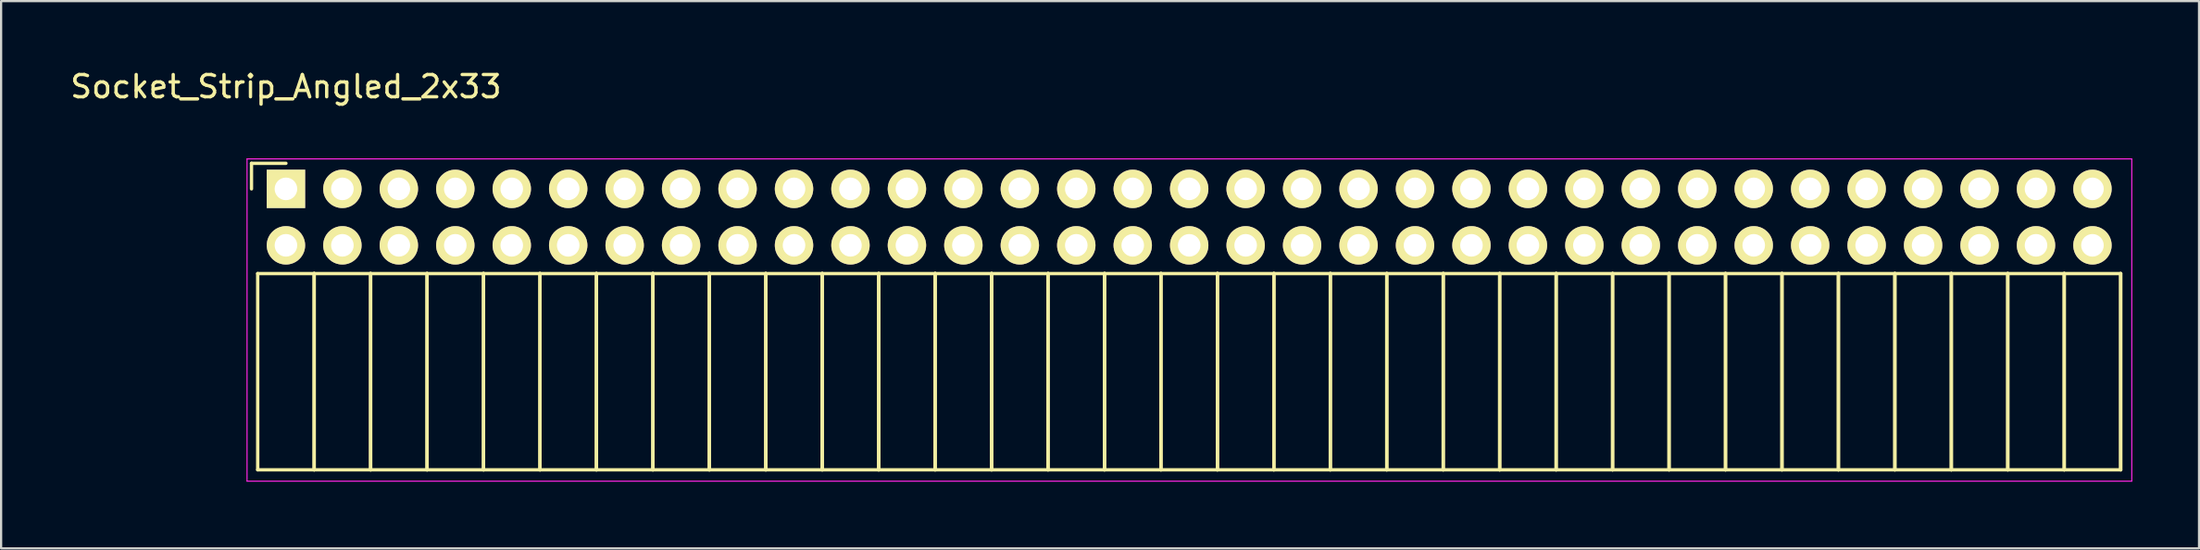
<source format=kicad_pcb>
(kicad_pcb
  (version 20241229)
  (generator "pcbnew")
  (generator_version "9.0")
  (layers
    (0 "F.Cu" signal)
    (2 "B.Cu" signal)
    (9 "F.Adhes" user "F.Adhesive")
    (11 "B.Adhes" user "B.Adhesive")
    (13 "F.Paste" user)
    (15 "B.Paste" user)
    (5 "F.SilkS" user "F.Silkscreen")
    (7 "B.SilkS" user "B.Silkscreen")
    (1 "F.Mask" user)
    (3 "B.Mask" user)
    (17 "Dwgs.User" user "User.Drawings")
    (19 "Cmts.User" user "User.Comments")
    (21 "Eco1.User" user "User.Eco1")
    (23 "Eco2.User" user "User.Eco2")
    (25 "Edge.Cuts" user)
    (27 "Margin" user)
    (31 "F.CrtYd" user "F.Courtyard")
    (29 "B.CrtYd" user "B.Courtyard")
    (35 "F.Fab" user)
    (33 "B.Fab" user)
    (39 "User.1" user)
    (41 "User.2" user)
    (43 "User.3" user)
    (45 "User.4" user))
  (footprint "Socket_Strip_Angled_2x33"
    (layer "F.Cu")
    (at 9.815 5.448)
    (property "Reference" "Socket_Strip_Angled_2x33" (at 0 -4.6 0) (layer "F.SilkS") (effects (font (size 1 1) (thickness 0.15))))
    (attr through_hole)
    (fp_line (start -1.55 -1.15) (end -1.55 0) (stroke (width 0.15) (type solid)) (layer "F.SilkS"))
    (fp_line (start -1.27 3.81) (end -1.27 12.64) (stroke (width 0.15) (type solid)) (layer "F.SilkS"))
    (fp_line (start -1.27 3.81) (end 1.27 3.81) (stroke (width 0.15) (type solid)) (layer "F.SilkS"))
    (fp_line (start -1.27 12.64) (end 1.27 12.64) (stroke (width 0.15) (type solid)) (layer "F.SilkS"))
    (fp_line (start 0 -1.15) (end -1.55 -1.15) (stroke (width 0.15) (type solid)) (layer "F.SilkS"))
    (fp_line (start 1.27 3.81) (end 1.27 12.64) (stroke (width 0.15) (type solid)) (layer "F.SilkS"))
    (fp_line (start 1.27 3.81) (end 3.81 3.81) (stroke (width 0.15) (type solid)) (layer "F.SilkS"))
    (fp_line (start 1.27 12.64) (end 1.27 3.81) (stroke (width 0.15) (type solid)) (layer "F.SilkS"))
    (fp_line (start 1.27 12.64) (end 3.81 12.64) (stroke (width 0.15) (type solid)) (layer "F.SilkS"))
    (fp_line (start 3.81 3.81) (end 3.81 12.64) (stroke (width 0.15) (type solid)) (layer "F.SilkS"))
    (fp_line (start 3.81 3.81) (end 6.35 3.81) (stroke (width 0.15) (type solid)) (layer "F.SilkS"))
    (fp_line (start 3.81 12.64) (end 3.81 3.81) (stroke (width 0.15) (type solid)) (layer "F.SilkS"))
    (fp_line (start 3.81 12.64) (end 6.35 12.64) (stroke (width 0.15) (type solid)) (layer "F.SilkS"))
    (fp_line (start 6.35 3.81) (end 6.35 12.64) (stroke (width 0.15) (type solid)) (layer "F.SilkS"))
    (fp_line (start 6.35 3.81) (end 8.89 3.81) (stroke (width 0.15) (type solid)) (layer "F.SilkS"))
    (fp_line (start 6.35 12.64) (end 6.35 3.81) (stroke (width 0.15) (type solid)) (layer "F.SilkS"))
    (fp_line (start 6.35 12.64) (end 8.89 12.64) (stroke (width 0.15) (type solid)) (layer "F.SilkS"))
    (fp_line (start 8.89 3.81) (end 8.89 12.64) (stroke (width 0.15) (type solid)) (layer "F.SilkS"))
    (fp_line (start 8.89 3.81) (end 11.43 3.81) (stroke (width 0.15) (type solid)) (layer "F.SilkS"))
    (fp_line (start 8.89 12.64) (end 8.89 3.81) (stroke (width 0.15) (type solid)) (layer "F.SilkS"))
    (fp_line (start 8.89 12.64) (end 11.43 12.64) (stroke (width 0.15) (type solid)) (layer "F.SilkS"))
    (fp_line (start 11.43 3.81) (end 11.43 12.64) (stroke (width 0.15) (type solid)) (layer "F.SilkS"))
    (fp_line (start 11.43 3.81) (end 13.97 3.81) (stroke (width 0.15) (type solid)) (layer "F.SilkS"))
    (fp_line (start 11.43 12.64) (end 11.43 3.81) (stroke (width 0.15) (type solid)) (layer "F.SilkS"))
    (fp_line (start 11.43 12.64) (end 13.97 12.64) (stroke (width 0.15) (type solid)) (layer "F.SilkS"))
    (fp_line (start 13.97 3.81) (end 13.97 12.64) (stroke (width 0.15) (type solid)) (layer "F.SilkS"))
    (fp_line (start 13.97 3.81) (end 16.51 3.81) (stroke (width 0.15) (type solid)) (layer "F.SilkS"))
    (fp_line (start 13.97 12.64) (end 13.97 3.81) (stroke (width 0.15) (type solid)) (layer "F.SilkS"))
    (fp_line (start 13.97 12.64) (end 16.51 12.64) (stroke (width 0.15) (type solid)) (layer "F.SilkS"))
    (fp_line (start 16.51 3.81) (end 16.51 12.64) (stroke (width 0.15) (type solid)) (layer "F.SilkS"))
    (fp_line (start 16.51 3.81) (end 19.05 3.81) (stroke (width 0.15) (type solid)) (layer "F.SilkS"))
    (fp_line (start 16.51 12.64) (end 16.51 3.81) (stroke (width 0.15) (type solid)) (layer "F.SilkS"))
    (fp_line (start 16.51 12.64) (end 19.05 12.64) (stroke (width 0.15) (type solid)) (layer "F.SilkS"))
    (fp_line (start 19.05 3.81) (end 19.05 12.64) (stroke (width 0.15) (type solid)) (layer "F.SilkS"))
    (fp_line (start 19.05 3.81) (end 21.59 3.81) (stroke (width 0.15) (type solid)) (layer "F.SilkS"))
    (fp_line (start 19.05 12.64) (end 19.05 3.81) (stroke (width 0.15) (type solid)) (layer "F.SilkS"))
    (fp_line (start 19.05 12.64) (end 21.59 12.64) (stroke (width 0.15) (type solid)) (layer "F.SilkS"))
    (fp_line (start 21.59 3.81) (end 21.59 12.64) (stroke (width 0.15) (type solid)) (layer "F.SilkS"))
    (fp_line (start 21.59 3.81) (end 24.13 3.81) (stroke (width 0.15) (type solid)) (layer "F.SilkS"))
    (fp_line (start 21.59 12.64) (end 21.59 3.81) (stroke (width 0.15) (type solid)) (layer "F.SilkS"))
    (fp_line (start 21.59 12.64) (end 24.13 12.64) (stroke (width 0.15) (type solid)) (layer "F.SilkS"))
    (fp_line (start 24.13 3.81) (end 24.13 12.64) (stroke (width 0.15) (type solid)) (layer "F.SilkS"))
    (fp_line (start 24.13 3.81) (end 26.67 3.81) (stroke (width 0.15) (type solid)) (layer "F.SilkS"))
    (fp_line (start 24.13 12.64) (end 24.13 3.81) (stroke (width 0.15) (type solid)) (layer "F.SilkS"))
    (fp_line (start 24.13 12.64) (end 26.67 12.64) (stroke (width 0.15) (type solid)) (layer "F.SilkS"))
    (fp_line (start 26.67 3.81) (end 26.67 12.64) (stroke (width 0.15) (type solid)) (layer "F.SilkS"))
    (fp_line (start 26.67 3.81) (end 29.21 3.81) (stroke (width 0.15) (type solid)) (layer "F.SilkS"))
    (fp_line (start 26.67 12.64) (end 26.67 3.81) (stroke (width 0.15) (type solid)) (layer "F.SilkS"))
    (fp_line (start 26.67 12.64) (end 29.21 12.64) (stroke (width 0.15) (type solid)) (layer "F.SilkS"))
    (fp_line (start 29.21 3.81) (end 29.21 12.64) (stroke (width 0.15) (type solid)) (layer "F.SilkS"))
    (fp_line (start 29.21 3.81) (end 31.75 3.81) (stroke (width 0.15) (type solid)) (layer "F.SilkS"))
    (fp_line (start 29.21 12.64) (end 29.21 3.81) (stroke (width 0.15) (type solid)) (layer "F.SilkS"))
    (fp_line (start 29.21 12.64) (end 31.75 12.64) (stroke (width 0.15) (type solid)) (layer "F.SilkS"))
    (fp_line (start 31.75 3.81) (end 31.75 12.64) (stroke (width 0.15) (type solid)) (layer "F.SilkS"))
    (fp_line (start 31.75 3.81) (end 34.29 3.81) (stroke (width 0.15) (type solid)) (layer "F.SilkS"))
    (fp_line (start 31.75 12.64) (end 31.75 3.81) (stroke (width 0.15) (type solid)) (layer "F.SilkS"))
    (fp_line (start 31.75 12.64) (end 34.29 12.64) (stroke (width 0.15) (type solid)) (layer "F.SilkS"))
    (fp_line (start 34.29 3.81) (end 34.29 12.64) (stroke (width 0.15) (type solid)) (layer "F.SilkS"))
    (fp_line (start 34.29 3.81) (end 36.83 3.81) (stroke (width 0.15) (type solid)) (layer "F.SilkS"))
    (fp_line (start 34.29 12.64) (end 34.29 3.81) (stroke (width 0.15) (type solid)) (layer "F.SilkS"))
    (fp_line (start 34.29 12.64) (end 36.83 12.64) (stroke (width 0.15) (type solid)) (layer "F.SilkS"))
    (fp_line (start 36.83 3.81) (end 36.83 12.64) (stroke (width 0.15) (type solid)) (layer "F.SilkS"))
    (fp_line (start 36.83 3.81) (end 39.37 3.81) (stroke (width 0.15) (type solid)) (layer "F.SilkS"))
    (fp_line (start 36.83 12.64) (end 36.83 3.81) (stroke (width 0.15) (type solid)) (layer "F.SilkS"))
    (fp_line (start 36.83 12.64) (end 39.37 12.64) (stroke (width 0.15) (type solid)) (layer "F.SilkS"))
    (fp_line (start 39.37 3.81) (end 39.37 12.64) (stroke (width 0.15) (type solid)) (layer "F.SilkS"))
    (fp_line (start 39.37 3.81) (end 41.91 3.81) (stroke (width 0.15) (type solid)) (layer "F.SilkS"))
    (fp_line (start 39.37 12.64) (end 39.37 3.81) (stroke (width 0.15) (type solid)) (layer "F.SilkS"))
    (fp_line (start 39.37 12.64) (end 41.91 12.64) (stroke (width 0.15) (type solid)) (layer "F.SilkS"))
    (fp_line (start 41.91 3.81) (end 41.91 12.64) (stroke (width 0.15) (type solid)) (layer "F.SilkS"))
    (fp_line (start 41.91 3.81) (end 44.45 3.81) (stroke (width 0.15) (type solid)) (layer "F.SilkS"))
    (fp_line (start 41.91 12.64) (end 41.91 3.81) (stroke (width 0.15) (type solid)) (layer "F.SilkS"))
    (fp_line (start 41.91 12.64) (end 44.45 12.64) (stroke (width 0.15) (type solid)) (layer "F.SilkS"))
    (fp_line (start 44.45 3.81) (end 44.45 12.64) (stroke (width 0.15) (type solid)) (layer "F.SilkS"))
    (fp_line (start 44.45 3.81) (end 46.99 3.81) (stroke (width 0.15) (type solid)) (layer "F.SilkS"))
    (fp_line (start 44.45 12.64) (end 44.45 3.81) (stroke (width 0.15) (type solid)) (layer "F.SilkS"))
    (fp_line (start 44.45 12.64) (end 46.99 12.64) (stroke (width 0.15) (type solid)) (layer "F.SilkS"))
    (fp_line (start 46.99 3.81) (end 46.99 12.64) (stroke (width 0.15) (type solid)) (layer "F.SilkS"))
    (fp_line (start 46.99 3.81) (end 49.53 3.81) (stroke (width 0.15) (type solid)) (layer "F.SilkS"))
    (fp_line (start 46.99 12.64) (end 46.99 3.81) (stroke (width 0.15) (type solid)) (layer "F.SilkS"))
    (fp_line (start 46.99 12.64) (end 49.53 12.64) (stroke (width 0.15) (type solid)) (layer "F.SilkS"))
    (fp_line (start 49.53 3.81) (end 49.53 12.64) (stroke (width 0.15) (type solid)) (layer "F.SilkS"))
    (fp_line (start 49.53 3.81) (end 52.07 3.81) (stroke (width 0.15) (type solid)) (layer "F.SilkS"))
    (fp_line (start 49.53 12.64) (end 49.53 3.81) (stroke (width 0.15) (type solid)) (layer "F.SilkS"))
    (fp_line (start 49.53 12.64) (end 52.07 12.64) (stroke (width 0.15) (type solid)) (layer "F.SilkS"))
    (fp_line (start 52.07 3.81) (end 52.07 12.64) (stroke (width 0.15) (type solid)) (layer "F.SilkS"))
    (fp_line (start 52.07 3.81) (end 54.61 3.81) (stroke (width 0.15) (type solid)) (layer "F.SilkS"))
    (fp_line (start 52.07 12.64) (end 52.07 3.81) (stroke (width 0.15) (type solid)) (layer "F.SilkS"))
    (fp_line (start 52.07 12.64) (end 54.61 12.64) (stroke (width 0.15) (type solid)) (layer "F.SilkS"))
    (fp_line (start 54.61 3.81) (end 54.61 12.64) (stroke (width 0.15) (type solid)) (layer "F.SilkS"))
    (fp_line (start 54.61 3.81) (end 57.15 3.81) (stroke (width 0.15) (type solid)) (layer "F.SilkS"))
    (fp_line (start 54.61 12.64) (end 54.61 3.81) (stroke (width 0.15) (type solid)) (layer "F.SilkS"))
    (fp_line (start 54.61 12.64) (end 57.15 12.64) (stroke (width 0.15) (type solid)) (layer "F.SilkS"))
    (fp_line (start 57.15 3.81) (end 57.15 12.64) (stroke (width 0.15) (type solid)) (layer "F.SilkS"))
    (fp_line (start 57.15 3.81) (end 59.69 3.81) (stroke (width 0.15) (type solid)) (layer "F.SilkS"))
    (fp_line (start 57.15 12.64) (end 57.15 3.81) (stroke (width 0.15) (type solid)) (layer "F.SilkS"))
    (fp_line (start 57.15 12.64) (end 59.69 12.64) (stroke (width 0.15) (type solid)) (layer "F.SilkS"))
    (fp_line (start 59.69 3.81) (end 59.69 12.64) (stroke (width 0.15) (type solid)) (layer "F.SilkS"))
    (fp_line (start 59.69 3.81) (end 62.23 3.81) (stroke (width 0.15) (type solid)) (layer "F.SilkS"))
    (fp_line (start 59.69 12.64) (end 59.69 3.81) (stroke (width 0.15) (type solid)) (layer "F.SilkS"))
    (fp_line (start 59.69 12.64) (end 62.23 12.64) (stroke (width 0.15) (type solid)) (layer "F.SilkS"))
    (fp_line (start 62.23 3.81) (end 62.23 12.64) (stroke (width 0.15) (type solid)) (layer "F.SilkS"))
    (fp_line (start 62.23 3.81) (end 64.77 3.81) (stroke (width 0.15) (type solid)) (layer "F.SilkS"))
    (fp_line (start 62.23 12.64) (end 62.23 3.81) (stroke (width 0.15) (type solid)) (layer "F.SilkS"))
    (fp_line (start 62.23 12.64) (end 64.77 12.64) (stroke (width 0.15) (type solid)) (layer "F.SilkS"))
    (fp_line (start 64.77 3.81) (end 64.77 12.64) (stroke (width 0.15) (type solid)) (layer "F.SilkS"))
    (fp_line (start 64.77 3.81) (end 67.31 3.81) (stroke (width 0.15) (type solid)) (layer "F.SilkS"))
    (fp_line (start 64.77 12.64) (end 64.77 3.81) (stroke (width 0.15) (type solid)) (layer "F.SilkS"))
    (fp_line (start 64.77 12.64) (end 67.31 12.64) (stroke (width 0.15) (type solid)) (layer "F.SilkS"))
    (fp_line (start 67.31 3.81) (end 67.31 12.64) (stroke (width 0.15) (type solid)) (layer "F.SilkS"))
    (fp_line (start 67.31 3.81) (end 69.85 3.81) (stroke (width 0.15) (type solid)) (layer "F.SilkS"))
    (fp_line (start 67.31 12.64) (end 67.31 3.81) (stroke (width 0.15) (type solid)) (layer "F.SilkS"))
    (fp_line (start 67.31 12.64) (end 69.85 12.64) (stroke (width 0.15) (type solid)) (layer "F.SilkS"))
    (fp_line (start 69.85 3.81) (end 69.85 12.64) (stroke (width 0.15) (type solid)) (layer "F.SilkS"))
    (fp_line (start 69.85 3.81) (end 72.39 3.81) (stroke (width 0.15) (type solid)) (layer "F.SilkS"))
    (fp_line (start 69.85 12.64) (end 69.85 3.81) (stroke (width 0.15) (type solid)) (layer "F.SilkS"))
    (fp_line (start 69.85 12.64) (end 72.39 12.64) (stroke (width 0.15) (type solid)) (layer "F.SilkS"))
    (fp_line (start 72.39 3.81) (end 72.39 12.64) (stroke (width 0.15) (type solid)) (layer "F.SilkS"))
    (fp_line (start 72.39 3.81) (end 74.93 3.81) (stroke (width 0.15) (type solid)) (layer "F.SilkS"))
    (fp_line (start 72.39 12.64) (end 72.39 3.81) (stroke (width 0.15) (type solid)) (layer "F.SilkS"))
    (fp_line (start 72.39 12.64) (end 74.93 12.64) (stroke (width 0.15) (type solid)) (layer "F.SilkS"))
    (fp_line (start 74.93 3.81) (end 74.93 12.64) (stroke (width 0.15) (type solid)) (layer "F.SilkS"))
    (fp_line (start 74.93 3.81) (end 77.47 3.81) (stroke (width 0.15) (type solid)) (layer "F.SilkS"))
    (fp_line (start 74.93 12.64) (end 74.93 3.81) (stroke (width 0.15) (type solid)) (layer "F.SilkS"))
    (fp_line (start 74.93 12.64) (end 77.47 12.64) (stroke (width 0.15) (type solid)) (layer "F.SilkS"))
    (fp_line (start 77.47 3.81) (end 77.47 12.64) (stroke (width 0.15) (type solid)) (layer "F.SilkS"))
    (fp_line (start 77.47 3.81) (end 80.01 3.81) (stroke (width 0.15) (type solid)) (layer "F.SilkS"))
    (fp_line (start 77.47 12.64) (end 77.47 3.81) (stroke (width 0.15) (type solid)) (layer "F.SilkS"))
    (fp_line (start 77.47 12.64) (end 80.01 12.64) (stroke (width 0.15) (type solid)) (layer "F.SilkS"))
    (fp_line (start 80.01 3.81) (end 80.01 12.64) (stroke (width 0.15) (type solid)) (layer "F.SilkS"))
    (fp_line (start 80.01 3.81) (end 82.55 3.81) (stroke (width 0.15) (type solid)) (layer "F.SilkS"))
    (fp_line (start 80.01 12.64) (end 80.01 3.81) (stroke (width 0.15) (type solid)) (layer "F.SilkS"))
    (fp_line (start 80.01 12.64) (end 82.55 12.64) (stroke (width 0.15) (type solid)) (layer "F.SilkS"))
    (fp_line (start 82.55 3.81) (end 82.55 12.64) (stroke (width 0.15) (type solid)) (layer "F.SilkS"))
    (fp_line (start 82.55 12.64) (end 82.55 3.81) (stroke (width 0.15) (type solid)) (layer "F.SilkS"))
    (fp_line (start -1.75 -1.35) (end -1.75 13.15) (stroke (width 0.05) (type solid)) (layer "F.CrtYd"))
    (fp_line (start -1.75 -1.35) (end 83.05 -1.35) (stroke (width 0.05) (type solid)) (layer "F.CrtYd"))
    (fp_line (start -1.75 13.15) (end 83.05 13.15) (stroke (width 0.05) (type solid)) (layer "F.CrtYd"))
    (fp_line (start 83.05 -1.35) (end 83.05 13.15) (stroke (width 0.05) (type solid)) (layer "F.CrtYd"))
    (pad "1" thru_hole rect (at 0 0) (size 1.727 1.727) (drill 1.016) (layers "*.Cu" "*.Mask" "F.SilkS"))
    (pad "2" thru_hole oval (at 0 2.54) (size 1.727 1.727) (drill 1.016) (layers "*.Cu" "*.Mask" "F.SilkS"))
    (pad "3" thru_hole oval (at 2.54 0) (size 1.727 1.727) (drill 1.016) (layers "*.Cu" "*.Mask" "F.SilkS"))
    (pad "4" thru_hole oval (at 2.54 2.54) (size 1.727 1.727) (drill 1.016) (layers "*.Cu" "*.Mask" "F.SilkS"))
    (pad "5" thru_hole oval (at 5.08 0) (size 1.727 1.727) (drill 1.016) (layers "*.Cu" "*.Mask" "F.SilkS"))
    (pad "6" thru_hole oval (at 5.08 2.54) (size 1.727 1.727) (drill 1.016) (layers "*.Cu" "*.Mask" "F.SilkS"))
    (pad "7" thru_hole oval (at 7.62 0) (size 1.727 1.727) (drill 1.016) (layers "*.Cu" "*.Mask" "F.SilkS"))
    (pad "8" thru_hole oval (at 7.62 2.54) (size 1.727 1.727) (drill 1.016) (layers "*.Cu" "*.Mask" "F.SilkS"))
    (pad "9" thru_hole oval (at 10.16 0) (size 1.727 1.727) (drill 1.016) (layers "*.Cu" "*.Mask" "F.SilkS"))
    (pad "10" thru_hole oval (at 10.16 2.54) (size 1.727 1.727) (drill 1.016) (layers "*.Cu" "*.Mask" "F.SilkS"))
    (pad "11" thru_hole oval (at 12.7 0) (size 1.727 1.727) (drill 1.016) (layers "*.Cu" "*.Mask" "F.SilkS"))
    (pad "12" thru_hole oval (at 12.7 2.54) (size 1.727 1.727) (drill 1.016) (layers "*.Cu" "*.Mask" "F.SilkS"))
    (pad "13" thru_hole oval (at 15.24 0) (size 1.727 1.727) (drill 1.016) (layers "*.Cu" "*.Mask" "F.SilkS"))
    (pad "14" thru_hole oval (at 15.24 2.54) (size 1.727 1.727) (drill 1.016) (layers "*.Cu" "*.Mask" "F.SilkS"))
    (pad "15" thru_hole oval (at 17.78 0) (size 1.727 1.727) (drill 1.016) (layers "*.Cu" "*.Mask" "F.SilkS"))
    (pad "16" thru_hole oval (at 17.78 2.54) (size 1.727 1.727) (drill 1.016) (layers "*.Cu" "*.Mask" "F.SilkS"))
    (pad "17" thru_hole oval (at 20.32 0) (size 1.727 1.727) (drill 1.016) (layers "*.Cu" "*.Mask" "F.SilkS"))
    (pad "18" thru_hole oval (at 20.32 2.54) (size 1.727 1.727) (drill 1.016) (layers "*.Cu" "*.Mask" "F.SilkS"))
    (pad "19" thru_hole oval (at 22.86 0) (size 1.727 1.727) (drill 1.016) (layers "*.Cu" "*.Mask" "F.SilkS"))
    (pad "20" thru_hole oval (at 22.86 2.54) (size 1.727 1.727) (drill 1.016) (layers "*.Cu" "*.Mask" "F.SilkS"))
    (pad "21" thru_hole oval (at 25.4 0) (size 1.727 1.727) (drill 1.016) (layers "*.Cu" "*.Mask" "F.SilkS"))
    (pad "22" thru_hole oval (at 25.4 2.54) (size 1.727 1.727) (drill 1.016) (layers "*.Cu" "*.Mask" "F.SilkS"))
    (pad "23" thru_hole oval (at 27.94 0) (size 1.727 1.727) (drill 1.016) (layers "*.Cu" "*.Mask" "F.SilkS"))
    (pad "24" thru_hole oval (at 27.94 2.54) (size 1.727 1.727) (drill 1.016) (layers "*.Cu" "*.Mask" "F.SilkS"))
    (pad "25" thru_hole oval (at 30.48 0) (size 1.727 1.727) (drill 1.016) (layers "*.Cu" "*.Mask" "F.SilkS"))
    (pad "26" thru_hole oval (at 30.48 2.54) (size 1.727 1.727) (drill 1.016) (layers "*.Cu" "*.Mask" "F.SilkS"))
    (pad "27" thru_hole oval (at 33.02 0) (size 1.727 1.727) (drill 1.016) (layers "*.Cu" "*.Mask" "F.SilkS"))
    (pad "28" thru_hole oval (at 33.02 2.54) (size 1.727 1.727) (drill 1.016) (layers "*.Cu" "*.Mask" "F.SilkS"))
    (pad "29" thru_hole oval (at 35.56 0) (size 1.727 1.727) (drill 1.016) (layers "*.Cu" "*.Mask" "F.SilkS"))
    (pad "30" thru_hole oval (at 35.56 2.54) (size 1.727 1.727) (drill 1.016) (layers "*.Cu" "*.Mask" "F.SilkS"))
    (pad "31" thru_hole oval (at 38.1 0) (size 1.727 1.727) (drill 1.016) (layers "*.Cu" "*.Mask" "F.SilkS"))
    (pad "32" thru_hole oval (at 38.1 2.54) (size 1.727 1.727) (drill 1.016) (layers "*.Cu" "*.Mask" "F.SilkS"))
    (pad "33" thru_hole oval (at 40.64 0) (size 1.727 1.727) (drill 1.016) (layers "*.Cu" "*.Mask" "F.SilkS"))
    (pad "34" thru_hole oval (at 40.64 2.54) (size 1.727 1.727) (drill 1.016) (layers "*.Cu" "*.Mask" "F.SilkS"))
    (pad "35" thru_hole oval (at 43.18 0) (size 1.727 1.727) (drill 1.016) (layers "*.Cu" "*.Mask" "F.SilkS"))
    (pad "36" thru_hole oval (at 43.18 2.54) (size 1.727 1.727) (drill 1.016) (layers "*.Cu" "*.Mask" "F.SilkS"))
    (pad "37" thru_hole oval (at 45.72 0) (size 1.727 1.727) (drill 1.016) (layers "*.Cu" "*.Mask" "F.SilkS"))
    (pad "38" thru_hole oval (at 45.72 2.54) (size 1.727 1.727) (drill 1.016) (layers "*.Cu" "*.Mask" "F.SilkS"))
    (pad "39" thru_hole oval (at 48.26 0) (size 1.727 1.727) (drill 1.016) (layers "*.Cu" "*.Mask" "F.SilkS"))
    (pad "40" thru_hole oval (at 48.26 2.54) (size 1.727 1.727) (drill 1.016) (layers "*.Cu" "*.Mask" "F.SilkS"))
    (pad "41" thru_hole oval (at 50.8 0) (size 1.727 1.727) (drill 1.016) (layers "*.Cu" "*.Mask" "F.SilkS"))
    (pad "42" thru_hole oval (at 50.8 2.54) (size 1.727 1.727) (drill 1.016) (layers "*.Cu" "*.Mask" "F.SilkS"))
    (pad "43" thru_hole oval (at 53.34 0) (size 1.727 1.727) (drill 1.016) (layers "*.Cu" "*.Mask" "F.SilkS"))
    (pad "44" thru_hole oval (at 53.34 2.54) (size 1.727 1.727) (drill 1.016) (layers "*.Cu" "*.Mask" "F.SilkS"))
    (pad "45" thru_hole oval (at 55.88 0) (size 1.727 1.727) (drill 1.016) (layers "*.Cu" "*.Mask" "F.SilkS"))
    (pad "46" thru_hole oval (at 55.88 2.54) (size 1.727 1.727) (drill 1.016) (layers "*.Cu" "*.Mask" "F.SilkS"))
    (pad "47" thru_hole oval (at 58.42 0) (size 1.727 1.727) (drill 1.016) (layers "*.Cu" "*.Mask" "F.SilkS"))
    (pad "48" thru_hole oval (at 58.42 2.54) (size 1.727 1.727) (drill 1.016) (layers "*.Cu" "*.Mask" "F.SilkS"))
    (pad "49" thru_hole oval (at 60.96 0) (size 1.727 1.727) (drill 1.016) (layers "*.Cu" "*.Mask" "F.SilkS"))
    (pad "50" thru_hole oval (at 60.96 2.54) (size 1.727 1.727) (drill 1.016) (layers "*.Cu" "*.Mask" "F.SilkS"))
    (pad "51" thru_hole oval (at 63.5 0) (size 1.727 1.727) (drill 1.016) (layers "*.Cu" "*.Mask" "F.SilkS"))
    (pad "52" thru_hole oval (at 63.5 2.54) (size 1.727 1.727) (drill 1.016) (layers "*.Cu" "*.Mask" "F.SilkS"))
    (pad "53" thru_hole oval (at 66.04 0) (size 1.727 1.727) (drill 1.016) (layers "*.Cu" "*.Mask" "F.SilkS"))
    (pad "54" thru_hole oval (at 66.04 2.54) (size 1.727 1.727) (drill 1.016) (layers "*.Cu" "*.Mask" "F.SilkS"))
    (pad "55" thru_hole oval (at 68.58 0) (size 1.727 1.727) (drill 1.016) (layers "*.Cu" "*.Mask" "F.SilkS"))
    (pad "56" thru_hole oval (at 68.58 2.54) (size 1.727 1.727) (drill 1.016) (layers "*.Cu" "*.Mask" "F.SilkS"))
    (pad "57" thru_hole oval (at 71.12 0) (size 1.727 1.727) (drill 1.016) (layers "*.Cu" "*.Mask" "F.SilkS"))
    (pad "58" thru_hole oval (at 71.12 2.54) (size 1.727 1.727) (drill 1.016) (layers "*.Cu" "*.Mask" "F.SilkS"))
    (pad "59" thru_hole oval (at 73.66 0) (size 1.727 1.727) (drill 1.016) (layers "*.Cu" "*.Mask" "F.SilkS"))
    (pad "60" thru_hole oval (at 73.66 2.54) (size 1.727 1.727) (drill 1.016) (layers "*.Cu" "*.Mask" "F.SilkS"))
    (pad "61" thru_hole oval (at 76.2 0) (size 1.727 1.727) (drill 1.016) (layers "*.Cu" "*.Mask" "F.SilkS"))
    (pad "62" thru_hole oval (at 76.2 2.54) (size 1.727 1.727) (drill 1.016) (layers "*.Cu" "*.Mask" "F.SilkS"))
    (pad "63" thru_hole oval (at 78.74 0) (size 1.727 1.727) (drill 1.016) (layers "*.Cu" "*.Mask" "F.SilkS"))
    (pad "64" thru_hole oval (at 78.74 2.54) (size 1.727 1.727) (drill 1.016) (layers "*.Cu" "*.Mask" "F.SilkS"))
    (pad "65" thru_hole oval (at 81.28 0) (size 1.727 1.727) (drill 1.016) (layers "*.Cu" "*.Mask" "F.SilkS"))
    (pad "66" thru_hole oval (at 81.28 2.54) (size 1.727 1.727) (drill 1.016) (layers "*.Cu" "*.Mask" "F.SilkS")))
  (gr_rect
    (start -3 -3)
    (end 95.89 21.623)
    (stroke (width 0.1) (type default))
    (fill no)
    (layer "Edge.Cuts")))
</source>
